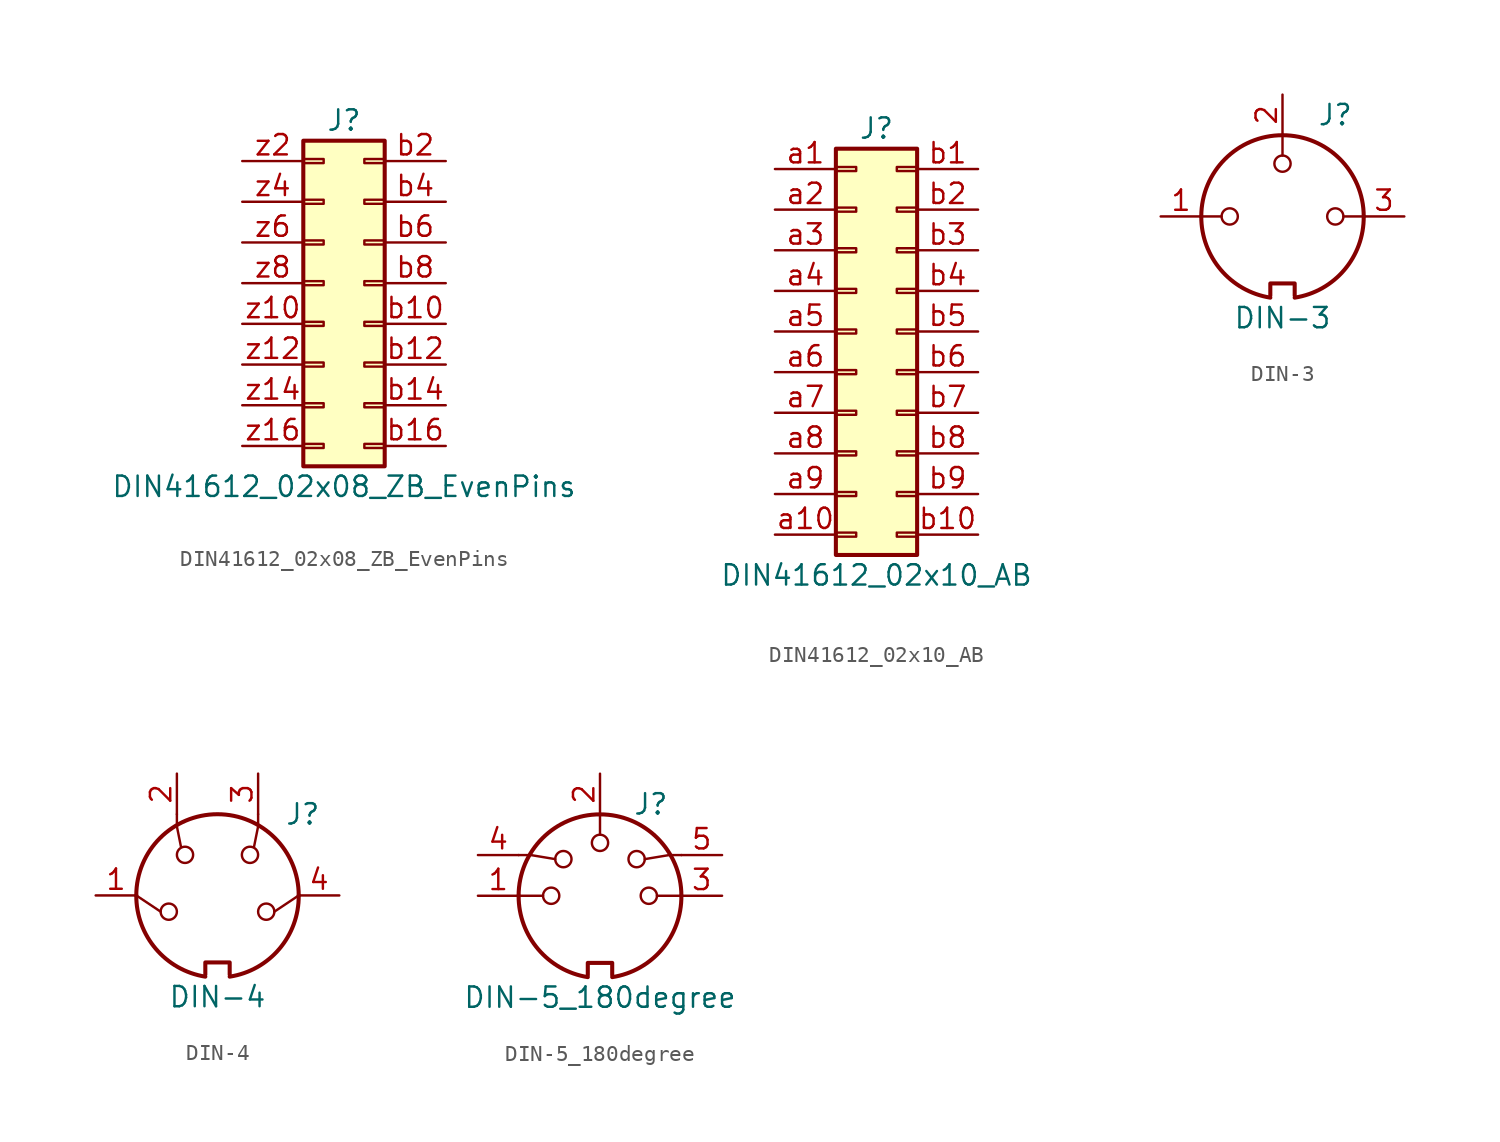
<source format=kicad_sym>
(kicad_symbol_lib
  (version 20220914)
  (generator kicad_symbol_editor)
  (symbol "DIN41612_02x08_ZB_EvenPins"
    (pin_names
      (offset 1.016) hide)
    (property "Reference" "J"
      (at 1.27 10.16 0)
      (effects (font (size 1.27 1.27))))
    (property "Value" "DIN41612_02x08_ZB_EvenPins"
      (at 1.27 -12.7 0)
      (effects (font (size 1.27 1.27))))
    (symbol "DIN41612_02x08_ZB_EvenPins_1_1"
      (rectangle (start -1.27 -10.033) (end 0 -10.287) (stroke (width 0.152) (type solid)) (fill (type none)))
      (rectangle (start -1.27 -7.493) (end 0 -7.747) (stroke (width 0.152) (type solid)) (fill (type none)))
      (rectangle (start -1.27 -4.953) (end 0 -5.207) (stroke (width 0.152) (type solid)) (fill (type none)))
      (rectangle (start -1.27 -2.413) (end 0 -2.667) (stroke (width 0.152) (type solid)) (fill (type none)))
      (rectangle (start -1.27 0.127) (end 0 -0.127) (stroke (width 0.152) (type solid)) (fill (type none)))
      (rectangle (start -1.27 2.667) (end 0 2.413) (stroke (width 0.152) (type solid)) (fill (type none)))
      (rectangle (start -1.27 5.207) (end 0 4.953) (stroke (width 0.152) (type solid)) (fill (type none)))
      (rectangle (start -1.27 7.747) (end 0 7.493) (stroke (width 0.152) (type solid)) (fill (type none)))
      (rectangle (start -1.27 8.89) (end 3.81 -11.43) (stroke (width 0.254) (type solid)) (fill (type background)))
      (rectangle (start 3.81 -10.033) (end 2.54 -10.287) (stroke (width 0.152) (type solid)) (fill (type none)))
      (rectangle (start 3.81 -7.493) (end 2.54 -7.747) (stroke (width 0.152) (type solid)) (fill (type none)))
      (rectangle (start 3.81 -4.953) (end 2.54 -5.207) (stroke (width 0.152) (type solid)) (fill (type none)))
      (rectangle (start 3.81 -2.413) (end 2.54 -2.667) (stroke (width 0.152) (type solid)) (fill (type none)))
      (rectangle (start 3.81 0.127) (end 2.54 -0.127) (stroke (width 0.152) (type solid)) (fill (type none)))
      (rectangle (start 3.81 2.667) (end 2.54 2.413) (stroke (width 0.152) (type solid)) (fill (type none)))
      (rectangle (start 3.81 5.207) (end 2.54 4.953) (stroke (width 0.152) (type solid)) (fill (type none)))
      (rectangle (start 3.81 7.747) (end 2.54 7.493) (stroke (width 0.152) (type solid)) (fill (type none)))
      (pin passive line (at 7.62 -2.54 180) (length 3.81) (name "Pin_b10" (effects (font (size 1.27 1.27)))) (number "b10" (effects (font (size 1.27 1.27)))))
      (pin passive line (at 7.62 -5.08 180) (length 3.81) (name "Pin_b12" (effects (font (size 1.27 1.27)))) (number "b12" (effects (font (size 1.27 1.27)))))
      (pin passive line (at 7.62 -7.62 180) (length 3.81) (name "Pin_b14" (effects (font (size 1.27 1.27)))) (number "b14" (effects (font (size 1.27 1.27)))))
      (pin passive line (at 7.62 -10.16 180) (length 3.81) (name "Pin_b16" (effects (font (size 1.27 1.27)))) (number "b16" (effects (font (size 1.27 1.27)))))
      (pin passive line (at 7.62 7.62 180) (length 3.81) (name "Pin_b2" (effects (font (size 1.27 1.27)))) (number "b2" (effects (font (size 1.27 1.27)))))
      (pin passive line (at 7.62 5.08 180) (length 3.81) (name "Pin_b4" (effects (font (size 1.27 1.27)))) (number "b4" (effects (font (size 1.27 1.27)))))
      (pin passive line (at 7.62 2.54 180) (length 3.81) (name "Pin_b6" (effects (font (size 1.27 1.27)))) (number "b6" (effects (font (size 1.27 1.27)))))
      (pin passive line (at 7.62 0 180) (length 3.81) (name "Pin_b8" (effects (font (size 1.27 1.27)))) (number "b8" (effects (font (size 1.27 1.27)))))
      (pin passive line (at -5.08 -2.54 0) (length 3.81) (name "Pin_z10" (effects (font (size 1.27 1.27)))) (number "z10" (effects (font (size 1.27 1.27)))))
      (pin passive line (at -5.08 -5.08 0) (length 3.81) (name "Pin_z12" (effects (font (size 1.27 1.27)))) (number "z12" (effects (font (size 1.27 1.27)))))
      (pin passive line (at -5.08 -7.62 0) (length 3.81) (name "Pin_z14" (effects (font (size 1.27 1.27)))) (number "z14" (effects (font (size 1.27 1.27)))))
      (pin passive line (at -5.08 -10.16 0) (length 3.81) (name "Pin_z16" (effects (font (size 1.27 1.27)))) (number "z16" (effects (font (size 1.27 1.27)))))
      (pin passive line (at -5.08 7.62 0) (length 3.81) (name "Pin_z2" (effects (font (size 1.27 1.27)))) (number "z2" (effects (font (size 1.27 1.27)))))
      (pin passive line (at -5.08 5.08 0) (length 3.81) (name "Pin_z4" (effects (font (size 1.27 1.27)))) (number "z4" (effects (font (size 1.27 1.27)))))
      (pin passive line (at -5.08 2.54 0) (length 3.81) (name "Pin_z6" (effects (font (size 1.27 1.27)))) (number "z6" (effects (font (size 1.27 1.27)))))
      (pin passive line (at -5.08 0 0) (length 3.81) (name "Pin_z8" (effects (font (size 1.27 1.27)))) (number "z8" (effects (font (size 1.27 1.27)))))))
  (symbol "DIN41612_02x10_AB"
    (pin_names
      (offset 1.016) hide)
    (property "Reference" "J"
      (at 1.27 12.7 0)
      (effects (font (size 1.27 1.27))))
    (property "Value" "DIN41612_02x10_AB"
      (at 1.27 -15.24 0)
      (effects (font (size 1.27 1.27))))
    (symbol "DIN41612_02x10_AB_1_1"
      (rectangle (start -1.27 -12.573) (end 0 -12.827) (stroke (width 0.152) (type solid)) (fill (type none)))
      (rectangle (start -1.27 -10.033) (end 0 -10.287) (stroke (width 0.152) (type solid)) (fill (type none)))
      (rectangle (start -1.27 -7.493) (end 0 -7.747) (stroke (width 0.152) (type solid)) (fill (type none)))
      (rectangle (start -1.27 -4.953) (end 0 -5.207) (stroke (width 0.152) (type solid)) (fill (type none)))
      (rectangle (start -1.27 -2.413) (end 0 -2.667) (stroke (width 0.152) (type solid)) (fill (type none)))
      (rectangle (start -1.27 0.127) (end 0 -0.127) (stroke (width 0.152) (type solid)) (fill (type none)))
      (rectangle (start -1.27 2.667) (end 0 2.413) (stroke (width 0.152) (type solid)) (fill (type none)))
      (rectangle (start -1.27 5.207) (end 0 4.953) (stroke (width 0.152) (type solid)) (fill (type none)))
      (rectangle (start -1.27 7.747) (end 0 7.493) (stroke (width 0.152) (type solid)) (fill (type none)))
      (rectangle (start -1.27 10.287) (end 0 10.033) (stroke (width 0.152) (type solid)) (fill (type none)))
      (rectangle (start -1.27 11.43) (end 3.81 -13.97) (stroke (width 0.254) (type solid)) (fill (type background)))
      (rectangle (start 3.81 -12.573) (end 2.54 -12.827) (stroke (width 0.152) (type solid)) (fill (type none)))
      (rectangle (start 3.81 -10.033) (end 2.54 -10.287) (stroke (width 0.152) (type solid)) (fill (type none)))
      (rectangle (start 3.81 -7.493) (end 2.54 -7.747) (stroke (width 0.152) (type solid)) (fill (type none)))
      (rectangle (start 3.81 -4.953) (end 2.54 -5.207) (stroke (width 0.152) (type solid)) (fill (type none)))
      (rectangle (start 3.81 -2.413) (end 2.54 -2.667) (stroke (width 0.152) (type solid)) (fill (type none)))
      (rectangle (start 3.81 0.127) (end 2.54 -0.127) (stroke (width 0.152) (type solid)) (fill (type none)))
      (rectangle (start 3.81 2.667) (end 2.54 2.413) (stroke (width 0.152) (type solid)) (fill (type none)))
      (rectangle (start 3.81 5.207) (end 2.54 4.953) (stroke (width 0.152) (type solid)) (fill (type none)))
      (rectangle (start 3.81 7.747) (end 2.54 7.493) (stroke (width 0.152) (type solid)) (fill (type none)))
      (rectangle (start 3.81 10.287) (end 2.54 10.033) (stroke (width 0.152) (type solid)) (fill (type none)))
      (pin passive line (at -5.08 10.16 0) (length 3.81) (name "Pin_a1" (effects (font (size 1.27 1.27)))) (number "a1" (effects (font (size 1.27 1.27)))))
      (pin passive line (at -5.08 -12.7 0) (length 3.81) (name "Pin_a10" (effects (font (size 1.27 1.27)))) (number "a10" (effects (font (size 1.27 1.27)))))
      (pin passive line (at -5.08 7.62 0) (length 3.81) (name "Pin_a2" (effects (font (size 1.27 1.27)))) (number "a2" (effects (font (size 1.27 1.27)))))
      (pin passive line (at -5.08 5.08 0) (length 3.81) (name "Pin_a3" (effects (font (size 1.27 1.27)))) (number "a3" (effects (font (size 1.27 1.27)))))
      (pin passive line (at -5.08 2.54 0) (length 3.81) (name "Pin_a4" (effects (font (size 1.27 1.27)))) (number "a4" (effects (font (size 1.27 1.27)))))
      (pin passive line (at -5.08 0 0) (length 3.81) (name "Pin_a5" (effects (font (size 1.27 1.27)))) (number "a5" (effects (font (size 1.27 1.27)))))
      (pin passive line (at -5.08 -2.54 0) (length 3.81) (name "Pin_a6" (effects (font (size 1.27 1.27)))) (number "a6" (effects (font (size 1.27 1.27)))))
      (pin passive line (at -5.08 -5.08 0) (length 3.81) (name "Pin_a7" (effects (font (size 1.27 1.27)))) (number "a7" (effects (font (size 1.27 1.27)))))
      (pin passive line (at -5.08 -7.62 0) (length 3.81) (name "Pin_a8" (effects (font (size 1.27 1.27)))) (number "a8" (effects (font (size 1.27 1.27)))))
      (pin passive line (at -5.08 -10.16 0) (length 3.81) (name "Pin_a9" (effects (font (size 1.27 1.27)))) (number "a9" (effects (font (size 1.27 1.27)))))
      (pin passive line (at 7.62 10.16 180) (length 3.81) (name "Pin_b1" (effects (font (size 1.27 1.27)))) (number "b1" (effects (font (size 1.27 1.27)))))
      (pin passive line (at 7.62 -12.7 180) (length 3.81) (name "Pin_b10" (effects (font (size 1.27 1.27)))) (number "b10" (effects (font (size 1.27 1.27)))))
      (pin passive line (at 7.62 7.62 180) (length 3.81) (name "Pin_b2" (effects (font (size 1.27 1.27)))) (number "b2" (effects (font (size 1.27 1.27)))))
      (pin passive line (at 7.62 5.08 180) (length 3.81) (name "Pin_b3" (effects (font (size 1.27 1.27)))) (number "b3" (effects (font (size 1.27 1.27)))))
      (pin passive line (at 7.62 2.54 180) (length 3.81) (name "Pin_b4" (effects (font (size 1.27 1.27)))) (number "b4" (effects (font (size 1.27 1.27)))))
      (pin passive line (at 7.62 0 180) (length 3.81) (name "Pin_b5" (effects (font (size 1.27 1.27)))) (number "b5" (effects (font (size 1.27 1.27)))))
      (pin passive line (at 7.62 -2.54 180) (length 3.81) (name "Pin_b6" (effects (font (size 1.27 1.27)))) (number "b6" (effects (font (size 1.27 1.27)))))
      (pin passive line (at 7.62 -5.08 180) (length 3.81) (name "Pin_b7" (effects (font (size 1.27 1.27)))) (number "b7" (effects (font (size 1.27 1.27)))))
      (pin passive line (at 7.62 -7.62 180) (length 3.81) (name "Pin_b8" (effects (font (size 1.27 1.27)))) (number "b8" (effects (font (size 1.27 1.27)))))
      (pin passive line (at 7.62 -10.16 180) (length 3.81) (name "Pin_b9" (effects (font (size 1.27 1.27)))) (number "b9" (effects (font (size 1.27 1.27)))))))
  (symbol "DIN-3"
    (pin_names
      (offset 1.016))
    (property "Reference" "J"
      (at 3.302 6.35 0)
      (effects (font (size 1.27 1.27))))
    (property "Value" "DIN-3"
      (at 0 -6.35 0)
      (effects (font (size 1.27 1.27))))
    (symbol "DIN-3_0_1"
      (arc (start -5.08 0) (mid -3.8609 -3.3364) (end -0.762 -5.08) (stroke (width 0.254) (type solid)) (fill (type none)))
      (circle (center -3.302 0) (radius 0.508) (stroke (width 0) (type solid)) (fill (type none)))
      (polyline (pts (xy -3.81 0) (xy -5.08 0)) (stroke (width 0) (type solid)) (fill (type none)))
      (polyline (pts (xy 0 3.81) (xy 0 5.08)) (stroke (width 0) (type solid)) (fill (type none)))
      (polyline (pts (xy 5.08 0) (xy 3.81 0)) (stroke (width 0) (type solid)) (fill (type none)))
      (polyline (pts (xy -0.762 -4.953) (xy -0.762 -4.191) (xy 0.762 -4.191) (xy 0.762 -4.953)) (stroke (width 0.254) (type solid)) (fill (type none)))
      (circle (center 0 3.302) (radius 0.508) (stroke (width 0) (type solid)) (fill (type none)))
      (arc (start 0.762 -5.08) (mid 3.8685 -3.343) (end 5.08 0) (stroke (width 0.254) (type solid)) (fill (type none)))
      (circle (center 3.302 0) (radius 0.508) (stroke (width 0) (type solid)) (fill (type none)))
      (arc (start 5.08 0) (mid 0 5.0579) (end -5.08 0) (stroke (width 0.254) (type solid)) (fill (type none))))
    (symbol "DIN-3_1_1"
      (pin passive line (at -7.62 0 0) (length 2.54) (name "~" (effects (font (size 1.27 1.27)))) (number "1" (effects (font (size 1.27 1.27)))))
      (pin passive line (at 0 7.62 270) (length 2.54) (name "~" (effects (font (size 1.27 1.27)))) (number "2" (effects (font (size 1.27 1.27)))))
      (pin passive line (at 7.62 0 180) (length 2.54) (name "~" (effects (font (size 1.27 1.27)))) (number "3" (effects (font (size 1.27 1.27)))))))
  (symbol "DIN-4"
    (pin_names
      (offset 1.016))
    (property "Reference" "J"
      (at 5.334 5.08 0)
      (effects (font (size 1.27 1.27))))
    (property "Value" "DIN-4"
      (at 0 -6.35 0)
      (effects (font (size 1.27 1.27))))
    (symbol "DIN-4_0_1"
      (arc (start -5.08 0) (mid -3.8609 -3.3364) (end -0.762 -5.08) (stroke (width 0.254) (type solid)) (fill (type none)))
      (circle (center -3.048 -1.016) (radius 0.508) (stroke (width 0) (type solid)) (fill (type none)))
      (circle (center -2.032 2.54) (radius 0.508) (stroke (width 0) (type solid)) (fill (type none)))
      (polyline (pts (xy -3.556 -1.016) (xy -5.08 0)) (stroke (width 0) (type solid)) (fill (type none)))
      (polyline (pts (xy 5.08 0) (xy 3.556 -1.016)) (stroke (width 0) (type solid)) (fill (type none)))
      (polyline (pts (xy -2.54 5.08) (xy -2.54 4.318) (xy -2.286 3.048)) (stroke (width 0) (type solid)) (fill (type none)))
      (polyline (pts (xy 2.54 5.08) (xy 2.54 4.318) (xy 2.286 3.048)) (stroke (width 0) (type solid)) (fill (type none)))
      (polyline (pts (xy -0.762 -4.953) (xy -0.762 -4.191) (xy 0.762 -4.191) (xy 0.762 -4.953)) (stroke (width 0.254) (type solid)) (fill (type none)))
      (arc (start 0.762 -5.08) (mid 3.8685 -3.343) (end 5.08 0) (stroke (width 0.254) (type solid)) (fill (type none)))
      (circle (center 2.032 2.54) (radius 0.508) (stroke (width 0) (type solid)) (fill (type none)))
      (circle (center 3.048 -1.016) (radius 0.508) (stroke (width 0) (type solid)) (fill (type none)))
      (arc (start 5.08 0) (mid 0 5.0579) (end -5.08 0) (stroke (width 0.254) (type solid)) (fill (type none))))
    (symbol "DIN-4_1_1"
      (pin passive line (at -7.62 0 0) (length 2.54) (name "~" (effects (font (size 1.27 1.27)))) (number "1" (effects (font (size 1.27 1.27)))))
      (pin passive line (at -2.54 7.62 270) (length 2.54) (name "~" (effects (font (size 1.27 1.27)))) (number "2" (effects (font (size 1.27 1.27)))))
      (pin passive line (at 2.54 7.62 270) (length 2.54) (name "~" (effects (font (size 1.27 1.27)))) (number "3" (effects (font (size 1.27 1.27)))))
      (pin passive line (at 7.62 0 180) (length 2.54) (name "~" (effects (font (size 1.27 1.27)))) (number "4" (effects (font (size 1.27 1.27)))))))
  (symbol "DIN-5_180degree"
    (pin_names
      (offset 1.016))
    (property "Reference" "J"
      (at 3.175 5.715 0)
      (effects (font (size 1.27 1.27))))
    (property "Value" "DIN-5_180degree"
      (at 0 -6.35 0)
      (effects (font (size 1.27 1.27))))
    (symbol "DIN-5_180degree_0_1"
      (arc (start -5.08 0) (mid -3.8609 -3.3364) (end -0.762 -5.08) (stroke (width 0.254) (type solid)) (fill (type none)))
      (circle (center -3.048 0) (radius 0.508) (stroke (width 0) (type solid)) (fill (type none)))
      (circle (center -2.286 2.286) (radius 0.508) (stroke (width 0) (type solid)) (fill (type none)))
      (polyline (pts (xy -5.08 0) (xy -3.556 0)) (stroke (width 0) (type solid)) (fill (type none)))
      (polyline (pts (xy 0 5.08) (xy 0 3.81)) (stroke (width 0) (type solid)) (fill (type none)))
      (polyline (pts (xy 5.08 0) (xy 3.556 0)) (stroke (width 0) (type solid)) (fill (type none)))
      (polyline (pts (xy -5.08 2.54) (xy -4.318 2.54) (xy -2.794 2.286)) (stroke (width 0) (type solid)) (fill (type none)))
      (polyline (pts (xy 5.08 2.54) (xy 4.318 2.54) (xy 2.794 2.286)) (stroke (width 0) (type solid)) (fill (type none)))
      (polyline (pts (xy -0.762 -4.953) (xy -0.762 -4.191) (xy 0.762 -4.191) (xy 0.762 -4.953)) (stroke (width 0.254) (type solid)) (fill (type none)))
      (circle (center 0 3.302) (radius 0.508) (stroke (width 0) (type solid)) (fill (type none)))
      (arc (start 0.762 -5.08) (mid 3.8685 -3.343) (end 5.08 0) (stroke (width 0.254) (type solid)) (fill (type none)))
      (circle (center 2.286 2.286) (radius 0.508) (stroke (width 0) (type solid)) (fill (type none)))
      (circle (center 3.048 0) (radius 0.508) (stroke (width 0) (type solid)) (fill (type none)))
      (arc (start 5.08 0) (mid 0 5.0579) (end -5.08 0) (stroke (width 0.254) (type solid)) (fill (type none))))
    (symbol "DIN-5_180degree_1_1"
      (pin passive line (at -7.62 0 0) (length 2.54) (name "~" (effects (font (size 1.27 1.27)))) (number "1" (effects (font (size 1.27 1.27)))))
      (pin passive line (at 0 7.62 270) (length 2.54) (name "~" (effects (font (size 1.27 1.27)))) (number "2" (effects (font (size 1.27 1.27)))))
      (pin passive line (at 7.62 0 180) (length 2.54) (name "~" (effects (font (size 1.27 1.27)))) (number "3" (effects (font (size 1.27 1.27)))))
      (pin passive line (at -7.62 2.54 0) (length 2.54) (name "~" (effects (font (size 1.27 1.27)))) (number "4" (effects (font (size 1.27 1.27)))))
      (pin passive line (at 7.62 2.54 180) (length 2.54) (name "~" (effects (font (size 1.27 1.27)))) (number "5" (effects (font (size 1.27 1.27))))))))
</source>
